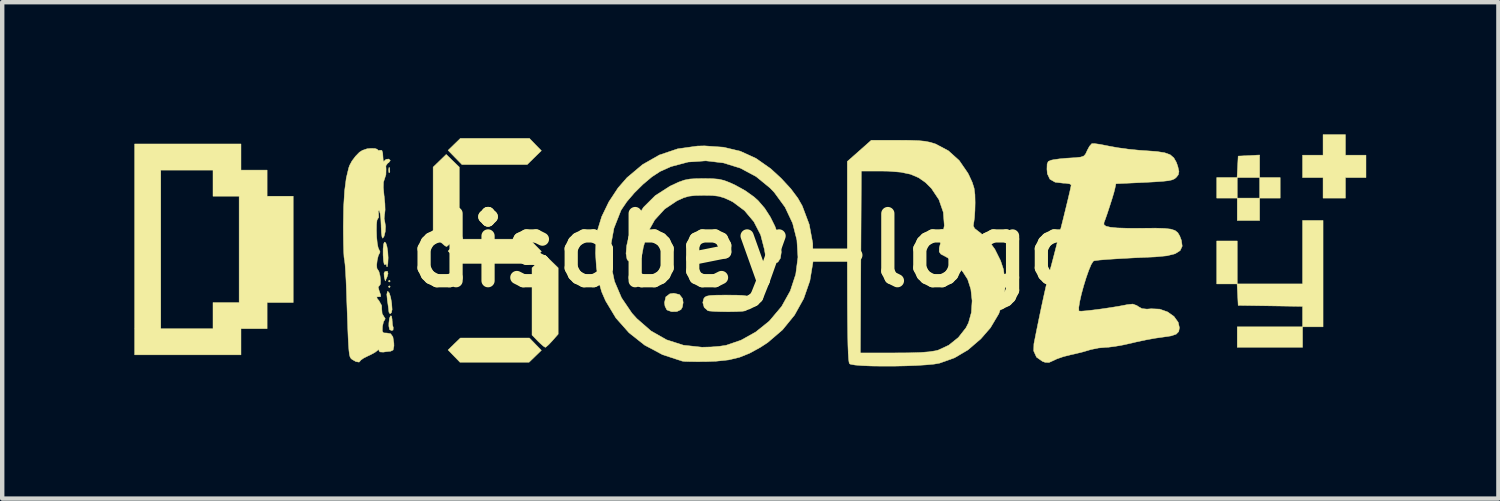
<source format=kicad_pcb>
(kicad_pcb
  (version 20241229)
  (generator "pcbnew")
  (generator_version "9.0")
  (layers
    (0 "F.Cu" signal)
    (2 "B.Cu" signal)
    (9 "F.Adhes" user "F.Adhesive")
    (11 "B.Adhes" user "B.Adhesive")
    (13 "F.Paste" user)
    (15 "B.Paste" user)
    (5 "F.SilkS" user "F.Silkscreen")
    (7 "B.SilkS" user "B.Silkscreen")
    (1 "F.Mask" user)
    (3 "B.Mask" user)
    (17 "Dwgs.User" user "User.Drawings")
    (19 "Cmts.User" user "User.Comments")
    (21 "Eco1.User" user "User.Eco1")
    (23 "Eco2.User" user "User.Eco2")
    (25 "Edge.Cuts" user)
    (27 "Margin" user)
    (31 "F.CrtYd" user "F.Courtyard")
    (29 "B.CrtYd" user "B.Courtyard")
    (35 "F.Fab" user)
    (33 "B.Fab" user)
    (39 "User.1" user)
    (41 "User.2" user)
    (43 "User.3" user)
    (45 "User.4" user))
  (footprint "disobey-logo"
    (layer "F.Cu")
    (at 13.975 2.63)
    (property "Reference" "disobey-logo" (at 0 0 0) (layer "F.SilkS") (effects (font (size 1.524 1.524) (thickness 0.3))))
    (attr through_hole)
    (fp_poly (pts (xy -8.17 0.699) (xy -8.191 0.72) (xy -8.213 0.699) (xy -8.191 0.677) (xy -8.17 0.699)) (stroke (width 0.01) (type solid)) (fill yes) (layer "F.SilkS"))
    (fp_poly (pts (xy -8.17 0.826) (xy -8.191 0.847) (xy -8.213 0.826) (xy -8.191 0.804) (xy -8.17 0.826)) (stroke (width 0.01) (type solid)) (fill yes) (layer "F.SilkS"))
    (fp_poly (pts (xy 11.557 -1.651) (xy 12.023 -1.651) (xy 12.023 -1.185) (xy 11.557 -1.185) (xy 11.557 -1.651)) (stroke (width 0.01) (type solid)) (fill yes) (layer "F.SilkS"))
    (fp_poly (pts (xy 11.557 -0.677) (xy 11.049 -0.677) (xy 11.049 -1.185) (xy 11.557 -1.185) (xy 11.557 -0.677)) (stroke (width 0.01) (type solid)) (fill yes) (layer "F.SilkS"))
    (fp_poly (pts (xy 12.531 2.201) (xy 11.049 2.201) (xy 11.049 1.736) (xy 12.531 1.736) (xy 12.531 2.201)) (stroke (width 0.01) (type solid)) (fill yes) (layer "F.SilkS"))
    (fp_poly (pts (xy -8.185 -1.873) (xy -8.179 -1.787) (xy -8.185 -1.767) (xy -8.2 -1.762) (xy -8.206 -1.82) (xy -8.199 -1.88) (xy -8.185 -1.873)) (stroke (width 0.01) (type solid)) (fill yes) (layer "F.SilkS"))
    (fp_poly (pts (xy -8.22 0.526) (xy -8.241 0.601) (xy -8.283 0.695) (xy -8.307 0.601) (xy -8.311 0.518) (xy -8.291 0.483) (xy -8.235 0.474) (xy -8.22 0.526)) (stroke (width 0.01) (type solid)) (fill yes) (layer "F.SilkS"))
    (fp_poly (pts (xy -4.877 -2.4) (xy -4.741 -2.261) (xy -4.902 -2.104) (xy -5.062 -1.947) (xy -6.544 -1.947) (xy -6.858 -2.269) (xy -6.719 -2.404) (xy -6.579 -2.54) (xy -5.012 -2.54) (xy -4.877 -2.4)) (stroke (width 0.01) (type solid)) (fill yes) (layer "F.SilkS"))
    (fp_poly (pts (xy -4.877 -0.114) (xy -4.741 0.025) (xy -4.881 0.161) (xy -5.021 0.296) (xy -6.587 0.296) (xy -6.858 0.017) (xy -6.719 -0.119) (xy -6.579 -0.254) (xy -5.012 -0.254) (xy -4.877 -0.114)) (stroke (width 0.01) (type solid)) (fill yes) (layer "F.SilkS"))
    (fp_poly (pts (xy 10.583 -1.185) (xy 10.583 -1.651) (xy 11.045 -1.651) (xy 11.057 -1.894) (xy 11.07 -2.138) (xy 11.557 -2.163) (xy 11.557 -1.651) (xy 11.049 -1.651) (xy 11.049 -1.185) (xy 10.583 -1.185)) (stroke (width 0.01) (type solid)) (fill yes) (layer "F.SilkS"))
    (fp_poly (pts (xy -4.877 2.129) (xy -4.741 2.269) (xy -4.881 2.405) (xy -5.021 2.54) (xy -6.587 2.54) (xy -6.723 2.4) (xy -6.858 2.261) (xy -6.719 2.125) (xy -6.579 1.99) (xy -5.012 1.99) (xy -4.877 2.129)) (stroke (width 0.01) (type solid)) (fill yes) (layer "F.SilkS"))
    (fp_poly (pts (xy -8.141 1.491) (xy -8.128 1.566) (xy -8.128 1.584) (xy -8.118 1.694) (xy -8.102 1.753) (xy -8.106 1.81) (xy -8.142 1.82) (xy -8.186 1.798) (xy -8.202 1.718) (xy -8.201 1.651) (xy -8.188 1.543) (xy -8.164 1.487) (xy -8.141 1.491)) (stroke (width 0.01) (type solid)) (fill yes) (layer "F.SilkS"))
    (fp_poly (pts (xy 13.504 -2.159) (xy 13.97 -2.159) (xy 13.97 -1.651) (xy 13.504 -1.651) (xy 13.504 -1.185) (xy 12.996 -1.185) (xy 12.996 -1.651) (xy 12.531 -1.651) (xy 12.531 -2.159) (xy 12.996 -2.159) (xy 12.996 -2.625) (xy 13.504 -2.625) (xy 13.504 -2.159)) (stroke (width 0.01) (type solid)) (fill yes) (layer "F.SilkS"))
    (fp_poly (pts (xy -6.604 -1.888) (xy -6.604 -0.384) (xy -6.735 -0.234) (xy -6.819 -0.146) (xy -6.881 -0.092) (xy -6.896 -0.085) (xy -6.941 -0.113) (xy -7.02 -0.183) (xy -7.061 -0.224) (xy -7.197 -0.364) (xy -7.197 -1.888) (xy -7.048 -2.032) (xy -6.9 -2.176) (xy -6.604 -1.888)) (stroke (width 0.01) (type solid)) (fill yes) (layer "F.SilkS"))
    (fp_poly (pts (xy 12.531 1.272) (xy 11.8 1.26) (xy 11.07 1.249) (xy 11.045 0.762) (xy 10.583 0.762) (xy 10.583 -0.212) (xy 11.049 -0.212) (xy 11.049 0.762) (xy 12.531 0.762) (xy 12.531 -0.677) (xy 12.996 -0.677) (xy 12.996 1.736) (xy 12.531 1.736) (xy 12.531 1.272)) (stroke (width 0.01) (type solid)) (fill yes) (layer "F.SilkS"))
    (fp_poly (pts (xy -4.508 0.254) (xy -4.36 0.398) (xy -4.36 1.902) (xy -4.492 2.052) (xy -4.575 2.14) (xy -4.637 2.194) (xy -4.653 2.201) (xy -4.697 2.173) (xy -4.776 2.103) (xy -4.818 2.062) (xy -4.953 1.922) (xy -4.953 0.398) (xy -4.805 0.254) (xy -4.657 0.11) (xy -4.508 0.254)) (stroke (width 0.01) (type solid)) (fill yes) (layer "F.SilkS"))
    (fp_poly (pts (xy -1.607 1.004) (xy -1.537 1.095) (xy -1.524 1.185) (xy -1.542 1.289) (xy -1.575 1.346) (xy -1.666 1.389) (xy -1.786 1.392) (xy -1.885 1.356) (xy -1.897 1.346) (xy -1.936 1.267) (xy -1.947 1.185) (xy -1.917 1.056) (xy -1.826 0.987) (xy -1.736 0.974) (xy -1.607 1.004)) (stroke (width 0.01) (type solid)) (fill yes) (layer "F.SilkS"))
    (fp_poly (pts (xy -8.192 0.969) (xy -8.161 1.067) (xy -8.138 1.2) (xy -8.128 1.342) (xy -8.128 1.344) (xy -8.144 1.416) (xy -8.175 1.441) (xy -8.2 1.405) (xy -8.202 1.386) (xy -8.21 1.315) (xy -8.226 1.196) (xy -8.236 1.132) (xy -8.248 1) (xy -8.234 0.936) (xy -8.224 0.931) (xy -8.192 0.969)) (stroke (width 0.01) (type solid)) (fill yes) (layer "F.SilkS"))
    (fp_poly (pts (xy -8.271 -0.168) (xy -8.245 -0.087) (xy -8.226 0.034) (xy -8.218 0.17) (xy -8.224 0.297) (xy -8.237 0.371) (xy -8.247 0.374) (xy -8.249 0.36) (xy -8.264 0.307) (xy -8.289 0.327) (xy -8.307 0.316) (xy -8.323 0.238) (xy -8.332 0.108) (xy -8.332 -0.036) (xy -8.32 -0.143) (xy -8.301 -0.188) (xy -8.271 -0.168)) (stroke (width 0.01) (type solid)) (fill yes) (layer "F.SilkS"))
    (fp_poly (pts (xy -11.557 -1.82) (xy -10.964 -1.82) (xy -10.964 -1.228) (xy -10.372 -1.228) (xy -10.372 1.185) (xy -10.964 1.185) (xy -10.964 1.778) (xy -11.557 1.778) (xy -11.557 2.371) (xy -13.97 2.371) (xy -13.97 -1.82) (xy -13.377 -1.82) (xy -13.377 1.778) (xy -12.192 1.778) (xy -12.192 1.185) (xy -11.599 1.185) (xy -11.599 -1.228) (xy -12.192 -1.228) (xy -12.192 -1.82) (xy -13.377 -1.82) (xy -13.97 -1.82) (xy -13.97 -2.413) (xy -11.557 -2.413) (xy -11.557 -1.82)) (stroke (width 0.01) (type solid)) (fill yes) (layer "F.SilkS"))
    (fp_poly (pts (xy -0.319 1.017) (xy -0.177 1.023) (xy -0.088 1.035) (xy -0.037 1.056) (xy -0.007 1.089) (xy 0 1.101) (xy 0.018 1.213) (xy -0.031 1.317) (xy -0.108 1.371) (xy -0.182 1.383) (xy -0.315 1.39) (xy -0.481 1.393) (xy -0.656 1.392) (xy -0.812 1.386) (xy -0.926 1.377) (xy -0.964 1.369) (xy -1.046 1.296) (xy -1.078 1.186) (xy -1.058 1.101) (xy -1.032 1.064) (xy -0.988 1.04) (xy -0.911 1.025) (xy -0.786 1.018) (xy -0.596 1.016) (xy -0.529 1.016) (xy -0.319 1.017)) (stroke (width 0.01) (type solid)) (fill yes) (layer "F.SilkS"))
    (fp_poly (pts (xy -0.861 -1.626) (xy -0.717 -1.614) (xy -0.596 -1.586) (xy -0.466 -1.536) (xy -0.338 -1.477) (xy -0.116 -1.354) (xy 0.086 -1.21) (xy 0.178 -1.127) (xy 0.327 -0.954) (xy 0.455 -0.755) (xy 0.559 -0.545) (xy 0.638 -0.334) (xy 0.686 -0.135) (xy 0.703 0.04) (xy 0.683 0.178) (xy 0.626 0.267) (xy 0.535 0.296) (xy 0.442 0.279) (xy 0.38 0.217) (xy 0.34 0.095) (xy 0.32 -0.021) (xy 0.235 -0.35) (xy 0.081 -0.649) (xy -0.132 -0.902) (xy -0.393 -1.096) (xy -0.459 -1.131) (xy -0.597 -1.192) (xy -0.721 -1.228) (xy -0.866 -1.245) (xy -1.058 -1.248) (xy -1.252 -1.244) (xy -1.393 -1.228) (xy -1.515 -1.192) (xy -1.651 -1.13) (xy -1.664 -1.124) (xy -1.943 -0.937) (xy -2.169 -0.69) (xy -2.334 -0.395) (xy -2.43 -0.063) (xy -2.436 -0.021) (xy -2.462 0.112) (xy -2.493 0.214) (xy -2.508 0.243) (xy -2.595 0.294) (xy -2.699 0.285) (xy -2.783 0.224) (xy -2.798 0.198) (xy -2.82 0.073) (xy -2.805 -0.105) (xy -2.758 -0.314) (xy -2.682 -0.533) (xy -2.626 -0.658) (xy -2.424 -0.976) (xy -2.156 -1.242) (xy -1.825 -1.454) (xy -1.778 -1.477) (xy -1.62 -1.55) (xy -1.495 -1.594) (xy -1.371 -1.618) (xy -1.219 -1.627) (xy -1.058 -1.629) (xy -0.861 -1.626)) (stroke (width 0.01) (type solid)) (fill yes) (layer "F.SilkS"))
    (fp_poly (pts (xy -0.609 -2.34) (xy -0.225 -2.248) (xy 0.128 -2.087) (xy 0.463 -1.852) (xy 0.7 -1.634) (xy 0.919 -1.397) (xy 1.079 -1.183) (xy 1.179 -1.007) (xy 1.337 -0.587) (xy 1.417 -0.157) (xy 1.421 0.273) (xy 1.351 0.694) (xy 1.211 1.096) (xy 1.003 1.47) (xy 0.73 1.805) (xy 0.395 2.092) (xy 0.232 2.199) (xy -0.016 2.335) (xy -0.248 2.428) (xy -0.491 2.486) (xy -0.774 2.516) (xy -0.974 2.524) (xy -1.176 2.526) (xy -1.353 2.525) (xy -1.485 2.521) (xy -1.545 2.514) (xy -1.993 2.367) (xy -2.398 2.151) (xy -2.752 1.871) (xy -3.05 1.535) (xy -3.284 1.146) (xy -3.373 0.941) (xy -3.445 0.687) (xy -3.492 0.385) (xy -3.512 0.065) (xy -3.506 -0.096) (xy -3.169 -0.096) (xy -3.165 0.308) (xy -3.082 0.703) (xy -2.922 1.078) (xy -2.687 1.425) (xy -2.576 1.548) (xy -2.254 1.829) (xy -1.901 2.03) (xy -1.517 2.153) (xy -1.101 2.198) (xy -1.079 2.198) (xy -0.888 2.193) (xy -0.702 2.178) (xy -0.56 2.157) (xy -0.552 2.156) (xy -0.21 2.039) (xy 0.123 1.853) (xy 0.422 1.613) (xy 0.441 1.594) (xy 0.711 1.273) (xy 0.908 0.919) (xy 1.031 0.543) (xy 1.081 0.156) (xy 1.057 -0.234) (xy 0.96 -0.615) (xy 0.789 -0.978) (xy 0.545 -1.313) (xy 0.449 -1.414) (xy 0.131 -1.674) (xy -0.226 -1.865) (xy -0.61 -1.984) (xy -1.009 -2.031) (xy -1.41 -2.004) (xy -1.801 -1.9) (xy -2.05 -1.788) (xy -2.234 -1.667) (xy -2.435 -1.498) (xy -2.632 -1.303) (xy -2.802 -1.104) (xy -2.925 -0.923) (xy -2.937 -0.9) (xy -3.094 -0.502) (xy -3.169 -0.096) (xy -3.506 -0.096) (xy -3.501 -0.24) (xy -3.473 -0.436) (xy -3.372 -0.764) (xy -3.21 -1.099) (xy -3.002 -1.415) (xy -2.798 -1.649) (xy -2.446 -1.945) (xy -2.064 -2.163) (xy -1.649 -2.303) (xy -1.2 -2.366) (xy -1.039 -2.37) (xy -0.609 -2.34)) (stroke (width 0.01) (type solid)) (fill yes) (layer "F.SilkS"))
    (fp_poly (pts (xy 3.62 -2.496) (xy 3.814 -2.489) (xy 3.961 -2.475) (xy 4.079 -2.452) (xy 4.187 -2.419) (xy 4.206 -2.412) (xy 4.495 -2.259) (xy 4.741 -2.037) (xy 4.937 -1.752) (xy 4.962 -1.703) (xy 5.036 -1.542) (xy 5.078 -1.409) (xy 5.097 -1.266) (xy 5.101 -1.08) (xy 5.097 -0.904) (xy 5.087 -0.747) (xy 5.073 -0.641) (xy 5.07 -0.63) (xy 5.06 -0.555) (xy 5.09 -0.496) (xy 5.176 -0.428) (xy 5.207 -0.407) (xy 5.387 -0.247) (xy 5.549 -0.025) (xy 5.679 0.236) (xy 5.744 0.431) (xy 5.789 0.767) (xy 5.753 1.106) (xy 5.639 1.438) (xy 5.449 1.757) (xy 5.231 2.008) (xy 4.938 2.26) (xy 4.632 2.44) (xy 4.295 2.56) (xy 4.171 2.582) (xy 3.99 2.599) (xy 3.767 2.613) (xy 3.517 2.622) (xy 3.254 2.628) (xy 2.994 2.628) (xy 2.752 2.625) (xy 2.541 2.616) (xy 2.378 2.603) (xy 2.276 2.585) (xy 2.252 2.574) (xy 2.24 2.54) (xy 2.23 2.462) (xy 2.222 2.334) (xy 2.222 2.328) (xy 2.497 2.328) (xy 3.273 2.328) (xy 3.602 2.326) (xy 3.858 2.318) (xy 4.052 2.303) (xy 4.196 2.281) (xy 4.262 2.265) (xy 4.503 2.153) (xy 4.721 1.978) (xy 4.893 1.759) (xy 4.951 1.645) (xy 5.016 1.412) (xy 5.033 1.146) (xy 5.004 0.881) (xy 4.932 0.658) (xy 4.825 0.491) (xy 4.679 0.327) (xy 4.519 0.193) (xy 4.403 0.127) (xy 4.324 0.086) (xy 4.286 0.032) (xy 4.287 -0.053) (xy 4.323 -0.19) (xy 4.345 -0.259) (xy 4.402 -0.562) (xy 4.379 -0.864) (xy 4.28 -1.15) (xy 4.109 -1.406) (xy 3.978 -1.537) (xy 3.82 -1.648) (xy 3.638 -1.726) (xy 3.416 -1.773) (xy 3.137 -1.796) (xy 2.963 -1.799) (xy 2.519 -1.799) (xy 2.497 2.328) (xy 2.222 2.328) (xy 2.215 2.15) (xy 2.21 1.907) (xy 2.206 1.599) (xy 2.203 1.222) (xy 2.202 0.769) (xy 2.201 0.253) (xy 2.201 -2.017) (xy 2.473 -2.257) (xy 2.745 -2.498) (xy 3.361 -2.498) (xy 3.62 -2.496)) (stroke (width 0.01) (type solid)) (fill yes) (layer "F.SilkS"))
    (fp_poly (pts (xy -8.516 -2.31) (xy -8.468 -2.294) (xy -8.467 -2.29) (xy -8.436 -2.264) (xy -8.403 -2.271) (xy -8.36 -2.268) (xy -8.341 -2.206) (xy -8.336 -2.132) (xy -8.33 -2.042) (xy -8.317 -2.013) (xy -8.312 -2.021) (xy -8.266 -2.064) (xy -8.205 -2.072) (xy -8.171 -2.042) (xy -8.17 -2.037) (xy -8.204 -1.99) (xy -8.229 -1.976) (xy -8.269 -1.919) (xy -8.265 -1.842) (xy -8.268 -1.718) (xy -8.296 -1.632) (xy -8.323 -1.548) (xy -8.327 -1.424) (xy -8.31 -1.24) (xy -8.307 -1.222) (xy -8.291 -1.058) (xy -8.287 -0.917) (xy -8.296 -0.829) (xy -8.298 -0.826) (xy -8.308 -0.719) (xy -8.293 -0.645) (xy -8.277 -0.543) (xy -8.284 -0.423) (xy -8.31 -0.319) (xy -8.34 -0.275) (xy -8.357 -0.303) (xy -8.37 -0.397) (xy -8.377 -0.537) (xy -8.377 -0.559) (xy -8.384 -0.714) (xy -8.399 -0.836) (xy -8.418 -0.899) (xy -8.419 -0.901) (xy -8.44 -0.895) (xy -8.435 -0.829) (xy -8.432 -0.749) (xy -8.451 -0.72) (xy -8.471 -0.682) (xy -8.481 -0.583) (xy -8.483 -0.449) (xy -8.478 -0.301) (xy -8.465 -0.165) (xy -8.446 -0.065) (xy -8.431 -0.029) (xy -8.402 0.032) (xy -8.407 0.053) (xy -8.441 0.12) (xy -8.466 0.225) (xy -8.478 0.333) (xy -8.472 0.411) (xy -8.461 0.427) (xy -8.427 0.481) (xy -8.402 0.577) (xy -8.39 0.683) (xy -8.394 0.769) (xy -8.418 0.804) (xy -8.444 0.832) (xy -8.423 0.913) (xy -8.389 1.01) (xy -8.387 1.049) (xy -8.414 1.053) (xy -8.476 1.056) (xy -8.465 1.098) (xy -8.427 1.141) (xy -8.364 1.255) (xy -8.363 1.328) (xy -8.354 1.437) (xy -8.319 1.496) (xy -8.284 1.551) (xy -8.294 1.574) (xy -8.323 1.621) (xy -8.345 1.719) (xy -8.347 1.736) (xy -8.35 1.834) (xy -8.324 1.873) (xy -8.25 1.877) (xy -8.249 1.876) (xy -8.161 1.893) (xy -8.11 1.965) (xy -8.088 2.104) (xy -8.086 2.17) (xy -8.105 2.262) (xy -8.16 2.289) (xy -8.263 2.3) (xy -8.329 2.31) (xy -8.406 2.305) (xy -8.425 2.275) (xy -8.438 2.247) (xy -8.457 2.269) (xy -8.512 2.312) (xy -8.615 2.369) (xy -8.668 2.393) (xy -8.774 2.446) (xy -8.839 2.492) (xy -8.848 2.506) (xy -8.878 2.537) (xy -8.951 2.524) (xy -9.031 2.478) (xy -9.053 2.462) (xy -9.07 2.441) (xy -9.085 2.409) (xy -9.097 2.356) (xy -9.107 2.275) (xy -9.116 2.155) (xy -9.125 1.99) (xy -9.134 1.77) (xy -9.144 1.487) (xy -9.157 1.132) (xy -9.164 0.916) (xy -9.173 0.685) (xy -9.184 0.483) (xy -9.195 0.326) (xy -9.206 0.229) (xy -9.211 0.206) (xy -9.219 0.152) (xy -9.226 0.029) (xy -9.231 -0.149) (xy -9.234 -0.367) (xy -9.235 -0.544) (xy -9.228 -0.983) (xy -9.206 -1.346) (xy -9.168 -1.639) (xy -9.113 -1.868) (xy -9.093 -1.926) (xy -9.038 -2.028) (xy -8.956 -2.137) (xy -8.868 -2.227) (xy -8.798 -2.27) (xy -8.796 -2.27) (xy -8.752 -2.285) (xy -8.694 -2.305) (xy -8.603 -2.313) (xy -8.516 -2.31)) (stroke (width 0.01) (type solid)) (fill yes) (layer "F.SilkS"))
    (fp_poly (pts (xy 7.815 -2.421) (xy 7.937 -2.404) (xy 8.095 -2.373) (xy 8.145 -2.363) (xy 8.338 -2.328) (xy 8.578 -2.295) (xy 8.829 -2.27) (xy 8.975 -2.26) (xy 9.224 -2.242) (xy 9.403 -2.214) (xy 9.527 -2.169) (xy 9.61 -2.098) (xy 9.668 -1.996) (xy 9.701 -1.901) (xy 9.726 -1.789) (xy 9.712 -1.716) (xy 9.667 -1.658) (xy 9.628 -1.624) (xy 9.572 -1.599) (xy 9.487 -1.58) (xy 9.358 -1.566) (xy 9.17 -1.553) (xy 8.941 -1.541) (xy 8.296 -1.511) (xy 8.273 -1.401) (xy 8.249 -1.306) (xy 8.205 -1.159) (xy 8.15 -0.988) (xy 8.095 -0.821) (xy 8.047 -0.685) (xy 8.025 -0.628) (xy 8.024 -0.583) (xy 8.068 -0.548) (xy 8.167 -0.524) (xy 8.327 -0.508) (xy 8.554 -0.501) (xy 8.858 -0.5) (xy 8.929 -0.501) (xy 9.2 -0.503) (xy 9.4 -0.497) (xy 9.541 -0.481) (xy 9.637 -0.45) (xy 9.7 -0.4) (xy 9.744 -0.326) (xy 9.782 -0.225) (xy 9.8 -0.095) (xy 9.754 0.005) (xy 9.64 0.077) (xy 9.453 0.124) (xy 9.188 0.149) (xy 9.165 0.15) (xy 8.737 0.169) (xy 8.385 0.188) (xy 8.113 0.205) (xy 7.92 0.221) (xy 7.809 0.236) (xy 7.782 0.246) (xy 7.735 0.321) (xy 7.68 0.452) (xy 7.621 0.62) (xy 7.563 0.808) (xy 7.512 0.995) (xy 7.474 1.164) (xy 7.453 1.295) (xy 7.455 1.37) (xy 7.459 1.377) (xy 7.508 1.381) (xy 7.621 1.372) (xy 7.781 1.354) (xy 7.968 1.33) (xy 8.165 1.301) (xy 8.352 1.271) (xy 8.51 1.241) (xy 8.554 1.232) (xy 8.679 1.219) (xy 8.773 1.254) (xy 8.8 1.274) (xy 8.886 1.322) (xy 9 1.334) (xy 9.096 1.326) (xy 9.288 1.334) (xy 9.467 1.397) (xy 9.613 1.5) (xy 9.709 1.633) (xy 9.737 1.757) (xy 9.721 1.843) (xy 9.664 1.902) (xy 9.551 1.941) (xy 9.369 1.968) (xy 9.355 1.97) (xy 9.187 1.994) (xy 8.974 2.033) (xy 8.752 2.08) (xy 8.671 2.1) (xy 8.47 2.145) (xy 8.278 2.179) (xy 8.122 2.199) (xy 8.069 2.201) (xy 7.899 2.216) (xy 7.725 2.252) (xy 7.696 2.261) (xy 7.547 2.305) (xy 7.367 2.349) (xy 7.267 2.371) (xy 7.105 2.412) (xy 6.955 2.464) (xy 6.886 2.497) (xy 6.781 2.544) (xy 6.694 2.543) (xy 6.63 2.52) (xy 6.494 2.424) (xy 6.43 2.283) (xy 6.435 2.123) (xy 6.491 1.84) (xy 6.551 1.548) (xy 6.611 1.261) (xy 6.669 0.995) (xy 6.721 0.765) (xy 6.763 0.585) (xy 6.793 0.472) (xy 6.795 0.466) (xy 6.823 0.37) (xy 6.864 0.215) (xy 6.916 0.015) (xy 6.975 -0.216) (xy 7.037 -0.463) (xy 7.1 -0.712) (xy 7.158 -0.949) (xy 7.209 -1.159) (xy 7.249 -1.328) (xy 7.274 -1.442) (xy 7.281 -1.485) (xy 7.244 -1.509) (xy 7.149 -1.523) (xy 7.1 -1.524) (xy 6.916 -1.546) (xy 6.798 -1.614) (xy 6.74 -1.737) (xy 6.731 -1.842) (xy 6.735 -1.958) (xy 6.761 -2.017) (xy 6.827 -2.045) (xy 6.878 -2.056) (xy 7.02 -2.076) (xy 7.181 -2.091) (xy 7.206 -2.092) (xy 7.385 -2.103) (xy 7.498 -2.116) (xy 7.565 -2.139) (xy 7.605 -2.181) (xy 7.637 -2.248) (xy 7.642 -2.261) (xy 7.695 -2.36) (xy 7.746 -2.418) (xy 7.753 -2.422) (xy 7.815 -2.421)) (stroke (width 0.01) (type solid)) (fill yes) (layer "F.SilkS")))
  (gr_rect
    (start -3 -3)
    (end 30.95 8.263)
    (stroke (width 0.1) (type default))
    (fill no)
    (layer "Edge.Cuts")))
</source>
